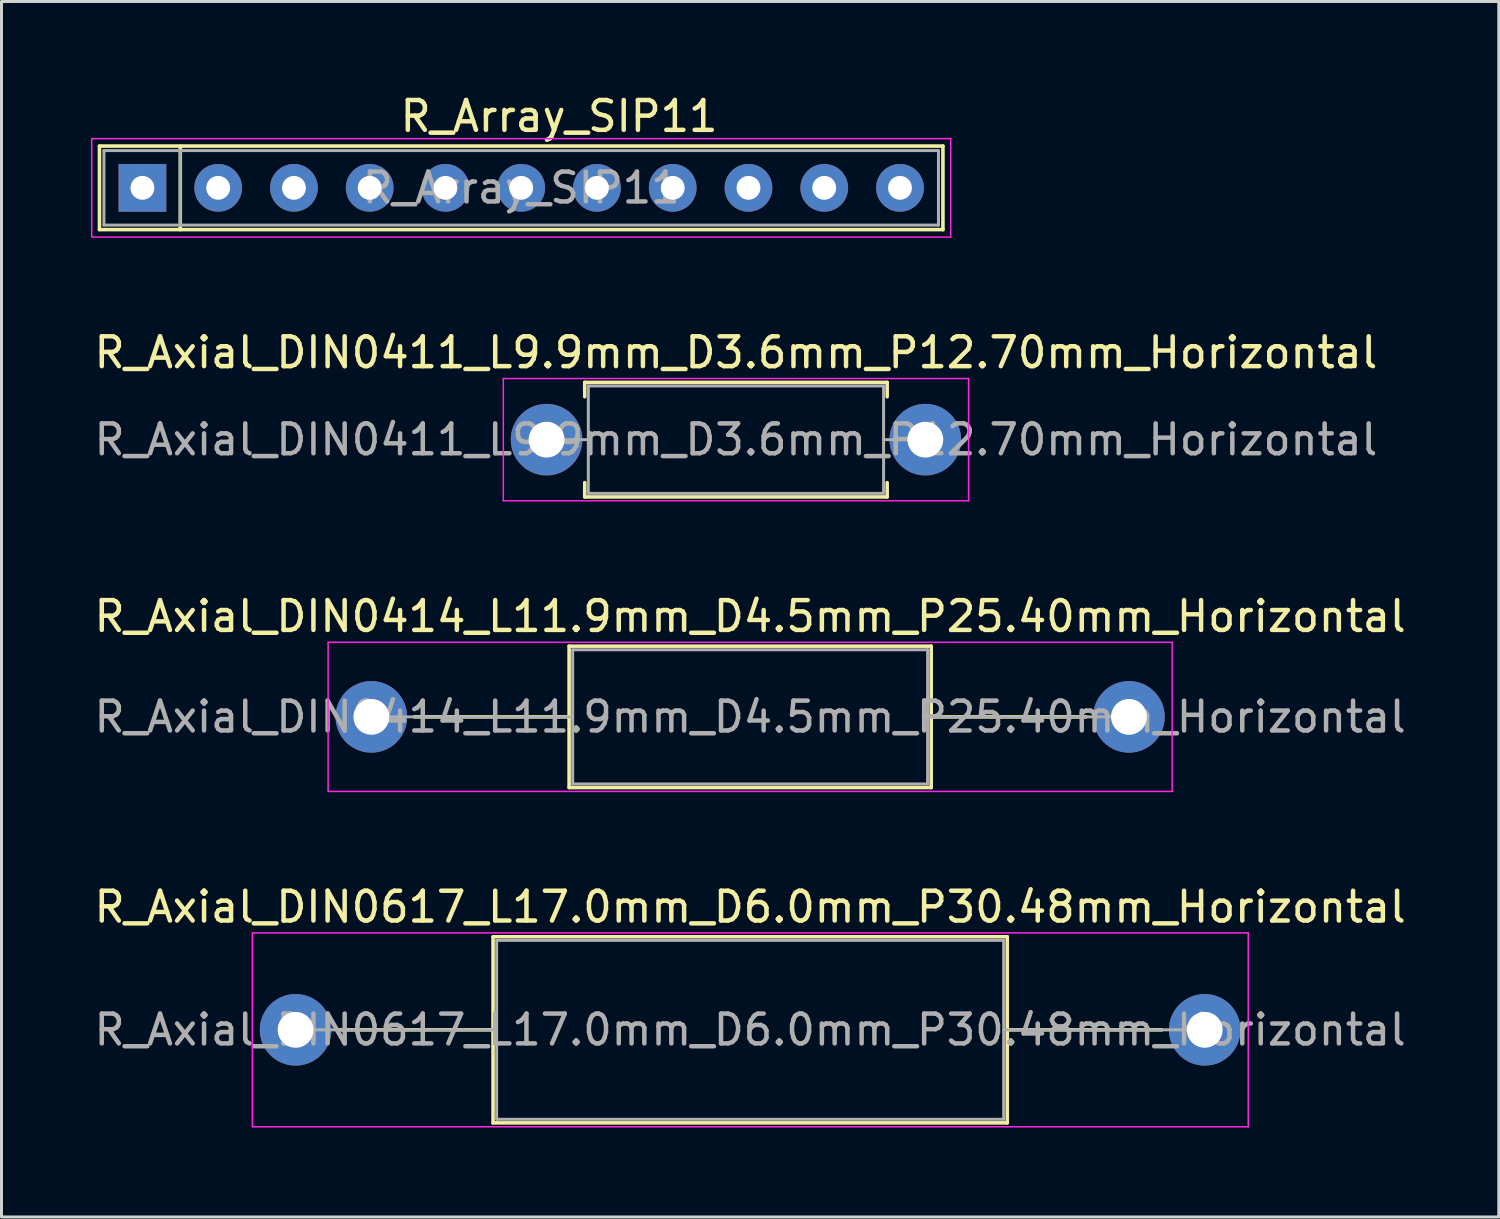
<source format=kicad_pcb>
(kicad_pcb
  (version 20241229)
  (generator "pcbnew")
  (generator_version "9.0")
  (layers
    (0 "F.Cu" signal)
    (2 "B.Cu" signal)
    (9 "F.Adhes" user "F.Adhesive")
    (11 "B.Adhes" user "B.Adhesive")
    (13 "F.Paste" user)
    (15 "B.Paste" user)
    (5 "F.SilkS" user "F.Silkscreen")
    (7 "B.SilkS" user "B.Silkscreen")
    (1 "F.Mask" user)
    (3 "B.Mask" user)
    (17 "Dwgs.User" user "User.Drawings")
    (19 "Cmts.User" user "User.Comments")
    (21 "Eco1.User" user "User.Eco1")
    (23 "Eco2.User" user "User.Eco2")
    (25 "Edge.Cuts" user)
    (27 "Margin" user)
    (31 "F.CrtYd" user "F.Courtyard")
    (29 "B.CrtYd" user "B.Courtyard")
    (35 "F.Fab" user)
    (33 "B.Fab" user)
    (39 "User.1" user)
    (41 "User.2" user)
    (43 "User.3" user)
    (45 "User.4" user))
  (footprint "R_Axial_DIN0414_L11.9mm_D4.5mm_P25.40mm_Horizontal"
    (layer "F.Cu")
    (at 9.401 20.985)
    (property "Reference" "R_Axial_DIN0414_L11.9mm_D4.5mm_P25.40mm_Horizontal" (at 12.7 -3.37 0) (layer "F.SilkS") (effects (font (size 1 1) (thickness 0.15))))
    (attr through_hole)
    (fp_line (start 1.44 0) (end 6.63 0) (stroke (width 0.12) (type solid)) (layer "F.SilkS"))
    (fp_line (start 6.63 -2.37) (end 6.63 2.37) (stroke (width 0.12) (type solid)) (layer "F.SilkS"))
    (fp_line (start 6.63 2.37) (end 18.77 2.37) (stroke (width 0.12) (type solid)) (layer "F.SilkS"))
    (fp_line (start 18.77 -2.37) (end 6.63 -2.37) (stroke (width 0.12) (type solid)) (layer "F.SilkS"))
    (fp_line (start 18.77 2.37) (end 18.77 -2.37) (stroke (width 0.12) (type solid)) (layer "F.SilkS"))
    (fp_line (start 23.96 0) (end 18.77 0) (stroke (width 0.12) (type solid)) (layer "F.SilkS"))
    (fp_line (start -1.45 -2.5) (end -1.45 2.5) (stroke (width 0.05) (type solid)) (layer "F.CrtYd"))
    (fp_line (start -1.45 2.5) (end 26.85 2.5) (stroke (width 0.05) (type solid)) (layer "F.CrtYd"))
    (fp_line (start 26.85 -2.5) (end -1.45 -2.5) (stroke (width 0.05) (type solid)) (layer "F.CrtYd"))
    (fp_line (start 26.85 2.5) (end 26.85 -2.5) (stroke (width 0.05) (type solid)) (layer "F.CrtYd"))
    (fp_line (start 0 0) (end 6.75 0) (stroke (width 0.1) (type solid)) (layer "F.Fab"))
    (fp_line (start 6.75 -2.25) (end 6.75 2.25) (stroke (width 0.1) (type solid)) (layer "F.Fab"))
    (fp_line (start 6.75 2.25) (end 18.65 2.25) (stroke (width 0.1) (type solid)) (layer "F.Fab"))
    (fp_line (start 18.65 -2.25) (end 6.75 -2.25) (stroke (width 0.1) (type solid)) (layer "F.Fab"))
    (fp_line (start 18.65 2.25) (end 18.65 -2.25) (stroke (width 0.1) (type solid)) (layer "F.Fab"))
    (fp_line (start 25.4 0) (end 18.65 0) (stroke (width 0.1) (type solid)) (layer "F.Fab"))
    (fp_text user "${REFERENCE}" (at 12.7 0 0) (layer "F.Fab") (effects (font (size 1 1) (thickness 0.15))))
    (pad "1" thru_hole circle (at 0 0) (size 2.4 2.4) (drill 1.2) (layers "*.Cu" "*.Mask"))
    (pad "2" thru_hole oval (at 25.4 0) (size 2.4 2.4) (drill 1.2) (layers "*.Cu" "*.Mask")))
  (footprint "R_Array_SIP11"
    (layer "F.Cu")
    (at 1.725 3.248)
    (property "Reference" "R_Array_SIP11" (at 13.97 -2.4 0) (layer "F.SilkS") (effects (font (size 1 1) (thickness 0.15))))
    (attr through_hole)
    (fp_line (start -1.44 -1.4) (end -1.44 1.4) (stroke (width 0.12) (type solid)) (layer "F.SilkS"))
    (fp_line (start -1.44 1.4) (end 26.84 1.4) (stroke (width 0.12) (type solid)) (layer "F.SilkS"))
    (fp_line (start 1.27 -1.4) (end 1.27 1.4) (stroke (width 0.12) (type solid)) (layer "F.SilkS"))
    (fp_line (start 26.84 -1.4) (end -1.44 -1.4) (stroke (width 0.12) (type solid)) (layer "F.SilkS"))
    (fp_line (start 26.84 1.4) (end 26.84 -1.4) (stroke (width 0.12) (type solid)) (layer "F.SilkS"))
    (fp_line (start -1.7 -1.65) (end -1.7 1.65) (stroke (width 0.05) (type solid)) (layer "F.CrtYd"))
    (fp_line (start -1.7 1.65) (end 27.1 1.65) (stroke (width 0.05) (type solid)) (layer "F.CrtYd"))
    (fp_line (start 27.1 -1.65) (end -1.7 -1.65) (stroke (width 0.05) (type solid)) (layer "F.CrtYd"))
    (fp_line (start 27.1 1.65) (end 27.1 -1.65) (stroke (width 0.05) (type solid)) (layer "F.CrtYd"))
    (fp_line (start -1.29 -1.25) (end -1.29 1.25) (stroke (width 0.1) (type solid)) (layer "F.Fab"))
    (fp_line (start -1.29 1.25) (end 26.69 1.25) (stroke (width 0.1) (type solid)) (layer "F.Fab"))
    (fp_line (start 1.27 -1.25) (end 1.27 1.25) (stroke (width 0.1) (type solid)) (layer "F.Fab"))
    (fp_line (start 26.69 -1.25) (end -1.29 -1.25) (stroke (width 0.1) (type solid)) (layer "F.Fab"))
    (fp_line (start 26.69 1.25) (end 26.69 -1.25) (stroke (width 0.1) (type solid)) (layer "F.Fab"))
    (fp_text user "${REFERENCE}" (at 12.7 0 0) (layer "F.Fab") (effects (font (size 1 1) (thickness 0.15))))
    (pad "1" thru_hole rect (at 0 0) (size 1.6 1.6) (drill 0.8) (layers "*.Cu" "*.Mask"))
    (pad "2" thru_hole oval (at 2.54 0) (size 1.6 1.6) (drill 0.8) (layers "*.Cu" "*.Mask"))
    (pad "3" thru_hole oval (at 5.08 0) (size 1.6 1.6) (drill 0.8) (layers "*.Cu" "*.Mask"))
    (pad "4" thru_hole oval (at 7.62 0) (size 1.6 1.6) (drill 0.8) (layers "*.Cu" "*.Mask"))
    (pad "5" thru_hole oval (at 10.16 0) (size 1.6 1.6) (drill 0.8) (layers "*.Cu" "*.Mask"))
    (pad "6" thru_hole oval (at 12.7 0) (size 1.6 1.6) (drill 0.8) (layers "*.Cu" "*.Mask"))
    (pad "7" thru_hole oval (at 15.24 0) (size 1.6 1.6) (drill 0.8) (layers "*.Cu" "*.Mask"))
    (pad "8" thru_hole oval (at 17.78 0) (size 1.6 1.6) (drill 0.8) (layers "*.Cu" "*.Mask"))
    (pad "9" thru_hole oval (at 20.32 0) (size 1.6 1.6) (drill 0.8) (layers "*.Cu" "*.Mask"))
    (pad "10" thru_hole oval (at 22.86 0) (size 1.6 1.6) (drill 0.8) (layers "*.Cu" "*.Mask"))
    (pad "11" thru_hole oval (at 25.4 0) (size 1.6 1.6) (drill 0.8) (layers "*.Cu" "*.Mask")))
  (footprint "R_Axial_DIN0617_L17.0mm_D6.0mm_P30.48mm_Horizontal"
    (layer "F.Cu")
    (at 6.861 31.478)
    (property "Reference" "R_Axial_DIN0617_L17.0mm_D6.0mm_P30.48mm_Horizontal" (at 15.24 -4.12 0) (layer "F.SilkS") (effects (font (size 1 1) (thickness 0.15))))
    (attr through_hole)
    (fp_line (start 1.44 0) (end 6.62 0) (stroke (width 0.12) (type solid)) (layer "F.SilkS"))
    (fp_line (start 6.62 -3.12) (end 6.62 3.12) (stroke (width 0.12) (type solid)) (layer "F.SilkS"))
    (fp_line (start 6.62 3.12) (end 23.86 3.12) (stroke (width 0.12) (type solid)) (layer "F.SilkS"))
    (fp_line (start 23.86 -3.12) (end 6.62 -3.12) (stroke (width 0.12) (type solid)) (layer "F.SilkS"))
    (fp_line (start 23.86 3.12) (end 23.86 -3.12) (stroke (width 0.12) (type solid)) (layer "F.SilkS"))
    (fp_line (start 29.04 0) (end 23.86 0) (stroke (width 0.12) (type solid)) (layer "F.SilkS"))
    (fp_line (start -1.45 -3.25) (end -1.45 3.25) (stroke (width 0.05) (type solid)) (layer "F.CrtYd"))
    (fp_line (start -1.45 3.25) (end 31.94 3.25) (stroke (width 0.05) (type solid)) (layer "F.CrtYd"))
    (fp_line (start 31.94 -3.25) (end -1.45 -3.25) (stroke (width 0.05) (type solid)) (layer "F.CrtYd"))
    (fp_line (start 31.94 3.25) (end 31.94 -3.25) (stroke (width 0.05) (type solid)) (layer "F.CrtYd"))
    (fp_line (start 0 0) (end 6.74 0) (stroke (width 0.1) (type solid)) (layer "F.Fab"))
    (fp_line (start 6.74 -3) (end 6.74 3) (stroke (width 0.1) (type solid)) (layer "F.Fab"))
    (fp_line (start 6.74 3) (end 23.74 3) (stroke (width 0.1) (type solid)) (layer "F.Fab"))
    (fp_line (start 23.74 -3) (end 6.74 -3) (stroke (width 0.1) (type solid)) (layer "F.Fab"))
    (fp_line (start 23.74 3) (end 23.74 -3) (stroke (width 0.1) (type solid)) (layer "F.Fab"))
    (fp_line (start 30.48 0) (end 23.74 0) (stroke (width 0.1) (type solid)) (layer "F.Fab"))
    (fp_text user "${REFERENCE}" (at 15.24 0 0) (layer "F.Fab") (effects (font (size 1 1) (thickness 0.15))))
    (pad "1" thru_hole circle (at 0 0) (size 2.4 2.4) (drill 1.2) (layers "*.Cu" "*.Mask"))
    (pad "2" thru_hole oval (at 30.48 0) (size 2.4 2.4) (drill 1.2) (layers "*.Cu" "*.Mask")))
  (footprint "R_Axial_DIN0411_L9.9mm_D3.6mm_P12.70mm_Horizontal"
    (layer "F.Cu")
    (at 15.275 11.691)
    (property "Reference" "R_Axial_DIN0411_L9.9mm_D3.6mm_P12.70mm_Horizontal" (at 6.35 -2.92 0) (layer "F.SilkS") (effects (font (size 1 1) (thickness 0.15))))
    (attr through_hole)
    (fp_line (start 1.28 -1.92) (end 11.42 -1.92) (stroke (width 0.12) (type solid)) (layer "F.SilkS"))
    (fp_line (start 1.28 -1.44) (end 1.28 -1.92) (stroke (width 0.12) (type solid)) (layer "F.SilkS"))
    (fp_line (start 1.28 1.44) (end 1.28 1.92) (stroke (width 0.12) (type solid)) (layer "F.SilkS"))
    (fp_line (start 1.28 1.92) (end 11.42 1.92) (stroke (width 0.12) (type solid)) (layer "F.SilkS"))
    (fp_line (start 11.42 -1.92) (end 11.42 -1.44) (stroke (width 0.12) (type solid)) (layer "F.SilkS"))
    (fp_line (start 11.42 1.92) (end 11.42 1.44) (stroke (width 0.12) (type solid)) (layer "F.SilkS"))
    (fp_line (start -1.45 -2.05) (end -1.45 2.05) (stroke (width 0.05) (type solid)) (layer "F.CrtYd"))
    (fp_line (start -1.45 2.05) (end 14.15 2.05) (stroke (width 0.05) (type solid)) (layer "F.CrtYd"))
    (fp_line (start 14.15 -2.05) (end -1.45 -2.05) (stroke (width 0.05) (type solid)) (layer "F.CrtYd"))
    (fp_line (start 14.15 2.05) (end 14.15 -2.05) (stroke (width 0.05) (type solid)) (layer "F.CrtYd"))
    (fp_line (start 0 0) (end 1.4 0) (stroke (width 0.1) (type solid)) (layer "F.Fab"))
    (fp_line (start 1.4 -1.8) (end 1.4 1.8) (stroke (width 0.1) (type solid)) (layer "F.Fab"))
    (fp_line (start 1.4 1.8) (end 11.3 1.8) (stroke (width 0.1) (type solid)) (layer "F.Fab"))
    (fp_line (start 11.3 -1.8) (end 1.4 -1.8) (stroke (width 0.1) (type solid)) (layer "F.Fab"))
    (fp_line (start 11.3 1.8) (end 11.3 -1.8) (stroke (width 0.1) (type solid)) (layer "F.Fab"))
    (fp_line (start 12.7 0) (end 11.3 0) (stroke (width 0.1) (type solid)) (layer "F.Fab"))
    (fp_text user "${REFERENCE}" (at 6.35 0 0) (layer "F.Fab") (effects (font (size 1 1) (thickness 0.15))))
    (pad "1" thru_hole circle (at 0 0) (size 2.4 2.4) (drill 1.2) (layers "*.Cu" "*.Mask"))
    (pad "2" thru_hole oval (at 12.7 0) (size 2.4 2.4) (drill 1.2) (layers "*.Cu" "*.Mask")))
  (gr_rect
    (start -3 -3)
    (end 47.202 37.753)
    (stroke (width 0.1) (type default))
    (fill no)
    (layer "Edge.Cuts")))
</source>
